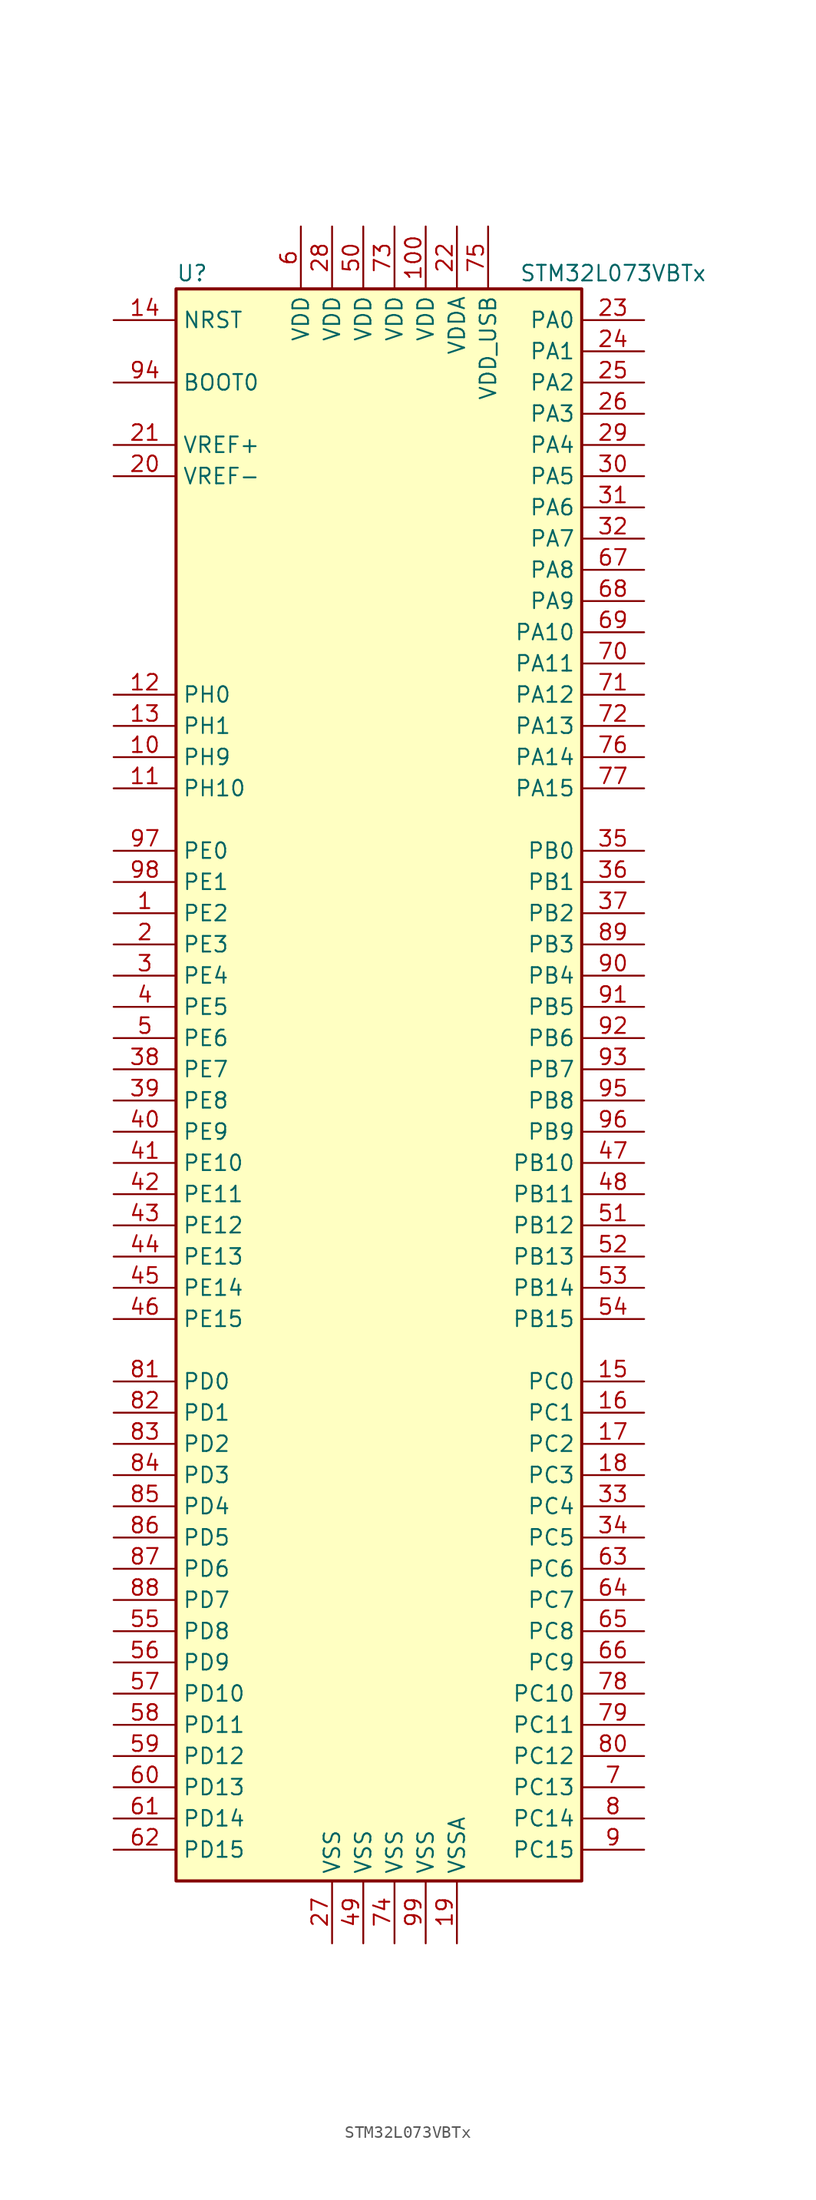
<source format=kicad_sym>
(kicad_symbol_lib
  (version 20201005)
  (generator kicad_symbol_editor)
  (symbol "MCU_ST_STM32L0:STM32L073VBTx"
    (property "Reference" "U"
      (at -17.78 64.77 0)
      (effects (font (size 1.27 1.27)) (justify left)))
    (property "Value" "STM32L073VBTx"
      (at 10.16 64.77 0)
      (effects (font (size 1.27 1.27)) (justify left)))
    (symbol "STM32L073VBTx_0_1"
      (rectangle (start -17.78 -66.04) (end 15.24 63.5) (stroke (width 0.254)) (fill (type background))))
    (symbol "STM32L073VBTx_1_1"
      (pin input line (at -22.86 55.88 0) (length 5.08) (name "BOOT0" (effects (font (size 1.27 1.27)))) (number "94" (effects (font (size 1.27 1.27)))))
      (pin input line (at -22.86 60.96 0) (length 5.08) (name "NRST" (effects (font (size 1.27 1.27)))) (number "14" (effects (font (size 1.27 1.27)))))
      (pin bidirectional line (at 20.32 60.96 180) (length 5.08) (name "PA0" (effects (font (size 1.27 1.27)))) (number "23" (effects (font (size 1.27 1.27)))))
      (pin bidirectional line (at 20.32 58.42 180) (length 5.08) (name "PA1" (effects (font (size 1.27 1.27)))) (number "24" (effects (font (size 1.27 1.27)))))
      (pin bidirectional line (at 20.32 35.56 180) (length 5.08) (name "PA10" (effects (font (size 1.27 1.27)))) (number "69" (effects (font (size 1.27 1.27)))))
      (pin bidirectional line (at 20.32 33.02 180) (length 5.08) (name "PA11" (effects (font (size 1.27 1.27)))) (number "70" (effects (font (size 1.27 1.27)))))
      (pin bidirectional line (at 20.32 30.48 180) (length 5.08) (name "PA12" (effects (font (size 1.27 1.27)))) (number "71" (effects (font (size 1.27 1.27)))))
      (pin bidirectional line (at 20.32 27.94 180) (length 5.08) (name "PA13" (effects (font (size 1.27 1.27)))) (number "72" (effects (font (size 1.27 1.27)))))
      (pin bidirectional line (at 20.32 25.4 180) (length 5.08) (name "PA14" (effects (font (size 1.27 1.27)))) (number "76" (effects (font (size 1.27 1.27)))))
      (pin bidirectional line (at 20.32 22.86 180) (length 5.08) (name "PA15" (effects (font (size 1.27 1.27)))) (number "77" (effects (font (size 1.27 1.27)))))
      (pin bidirectional line (at 20.32 55.88 180) (length 5.08) (name "PA2" (effects (font (size 1.27 1.27)))) (number "25" (effects (font (size 1.27 1.27)))))
      (pin bidirectional line (at 20.32 53.34 180) (length 5.08) (name "PA3" (effects (font (size 1.27 1.27)))) (number "26" (effects (font (size 1.27 1.27)))))
      (pin bidirectional line (at 20.32 50.8 180) (length 5.08) (name "PA4" (effects (font (size 1.27 1.27)))) (number "29" (effects (font (size 1.27 1.27)))))
      (pin bidirectional line (at 20.32 48.26 180) (length 5.08) (name "PA5" (effects (font (size 1.27 1.27)))) (number "30" (effects (font (size 1.27 1.27)))))
      (pin bidirectional line (at 20.32 45.72 180) (length 5.08) (name "PA6" (effects (font (size 1.27 1.27)))) (number "31" (effects (font (size 1.27 1.27)))))
      (pin bidirectional line (at 20.32 43.18 180) (length 5.08) (name "PA7" (effects (font (size 1.27 1.27)))) (number "32" (effects (font (size 1.27 1.27)))))
      (pin bidirectional line (at 20.32 40.64 180) (length 5.08) (name "PA8" (effects (font (size 1.27 1.27)))) (number "67" (effects (font (size 1.27 1.27)))))
      (pin bidirectional line (at 20.32 38.1 180) (length 5.08) (name "PA9" (effects (font (size 1.27 1.27)))) (number "68" (effects (font (size 1.27 1.27)))))
      (pin bidirectional line (at 20.32 17.78 180) (length 5.08) (name "PB0" (effects (font (size 1.27 1.27)))) (number "35" (effects (font (size 1.27 1.27)))))
      (pin bidirectional line (at 20.32 15.24 180) (length 5.08) (name "PB1" (effects (font (size 1.27 1.27)))) (number "36" (effects (font (size 1.27 1.27)))))
      (pin bidirectional line (at 20.32 -7.62 180) (length 5.08) (name "PB10" (effects (font (size 1.27 1.27)))) (number "47" (effects (font (size 1.27 1.27)))))
      (pin bidirectional line (at 20.32 -10.16 180) (length 5.08) (name "PB11" (effects (font (size 1.27 1.27)))) (number "48" (effects (font (size 1.27 1.27)))))
      (pin bidirectional line (at 20.32 -12.7 180) (length 5.08) (name "PB12" (effects (font (size 1.27 1.27)))) (number "51" (effects (font (size 1.27 1.27)))))
      (pin bidirectional line (at 20.32 -15.24 180) (length 5.08) (name "PB13" (effects (font (size 1.27 1.27)))) (number "52" (effects (font (size 1.27 1.27)))))
      (pin bidirectional line (at 20.32 -17.78 180) (length 5.08) (name "PB14" (effects (font (size 1.27 1.27)))) (number "53" (effects (font (size 1.27 1.27)))))
      (pin bidirectional line (at 20.32 -20.32 180) (length 5.08) (name "PB15" (effects (font (size 1.27 1.27)))) (number "54" (effects (font (size 1.27 1.27)))))
      (pin bidirectional line (at 20.32 12.7 180) (length 5.08) (name "PB2" (effects (font (size 1.27 1.27)))) (number "37" (effects (font (size 1.27 1.27)))))
      (pin bidirectional line (at 20.32 10.16 180) (length 5.08) (name "PB3" (effects (font (size 1.27 1.27)))) (number "89" (effects (font (size 1.27 1.27)))))
      (pin bidirectional line (at 20.32 7.62 180) (length 5.08) (name "PB4" (effects (font (size 1.27 1.27)))) (number "90" (effects (font (size 1.27 1.27)))))
      (pin bidirectional line (at 20.32 5.08 180) (length 5.08) (name "PB5" (effects (font (size 1.27 1.27)))) (number "91" (effects (font (size 1.27 1.27)))))
      (pin bidirectional line (at 20.32 2.54 180) (length 5.08) (name "PB6" (effects (font (size 1.27 1.27)))) (number "92" (effects (font (size 1.27 1.27)))))
      (pin bidirectional line (at 20.32 0 180) (length 5.08) (name "PB7" (effects (font (size 1.27 1.27)))) (number "93" (effects (font (size 1.27 1.27)))))
      (pin bidirectional line (at 20.32 -2.54 180) (length 5.08) (name "PB8" (effects (font (size 1.27 1.27)))) (number "95" (effects (font (size 1.27 1.27)))))
      (pin bidirectional line (at 20.32 -5.08 180) (length 5.08) (name "PB9" (effects (font (size 1.27 1.27)))) (number "96" (effects (font (size 1.27 1.27)))))
      (pin bidirectional line (at 20.32 -25.4 180) (length 5.08) (name "PC0" (effects (font (size 1.27 1.27)))) (number "15" (effects (font (size 1.27 1.27)))))
      (pin bidirectional line (at 20.32 -27.94 180) (length 5.08) (name "PC1" (effects (font (size 1.27 1.27)))) (number "16" (effects (font (size 1.27 1.27)))))
      (pin bidirectional line (at 20.32 -50.8 180) (length 5.08) (name "PC10" (effects (font (size 1.27 1.27)))) (number "78" (effects (font (size 1.27 1.27)))))
      (pin bidirectional line (at 20.32 -53.34 180) (length 5.08) (name "PC11" (effects (font (size 1.27 1.27)))) (number "79" (effects (font (size 1.27 1.27)))))
      (pin bidirectional line (at 20.32 -55.88 180) (length 5.08) (name "PC12" (effects (font (size 1.27 1.27)))) (number "80" (effects (font (size 1.27 1.27)))))
      (pin bidirectional line (at 20.32 -58.42 180) (length 5.08) (name "PC13" (effects (font (size 1.27 1.27)))) (number "7" (effects (font (size 1.27 1.27)))))
      (pin bidirectional line (at 20.32 -60.96 180) (length 5.08) (name "PC14" (effects (font (size 1.27 1.27)))) (number "8" (effects (font (size 1.27 1.27)))))
      (pin bidirectional line (at 20.32 -63.5 180) (length 5.08) (name "PC15" (effects (font (size 1.27 1.27)))) (number "9" (effects (font (size 1.27 1.27)))))
      (pin bidirectional line (at 20.32 -30.48 180) (length 5.08) (name "PC2" (effects (font (size 1.27 1.27)))) (number "17" (effects (font (size 1.27 1.27)))))
      (pin bidirectional line (at 20.32 -33.02 180) (length 5.08) (name "PC3" (effects (font (size 1.27 1.27)))) (number "18" (effects (font (size 1.27 1.27)))))
      (pin bidirectional line (at 20.32 -35.56 180) (length 5.08) (name "PC4" (effects (font (size 1.27 1.27)))) (number "33" (effects (font (size 1.27 1.27)))))
      (pin bidirectional line (at 20.32 -38.1 180) (length 5.08) (name "PC5" (effects (font (size 1.27 1.27)))) (number "34" (effects (font (size 1.27 1.27)))))
      (pin bidirectional line (at 20.32 -40.64 180) (length 5.08) (name "PC6" (effects (font (size 1.27 1.27)))) (number "63" (effects (font (size 1.27 1.27)))))
      (pin bidirectional line (at 20.32 -43.18 180) (length 5.08) (name "PC7" (effects (font (size 1.27 1.27)))) (number "64" (effects (font (size 1.27 1.27)))))
      (pin bidirectional line (at 20.32 -45.72 180) (length 5.08) (name "PC8" (effects (font (size 1.27 1.27)))) (number "65" (effects (font (size 1.27 1.27)))))
      (pin bidirectional line (at 20.32 -48.26 180) (length 5.08) (name "PC9" (effects (font (size 1.27 1.27)))) (number "66" (effects (font (size 1.27 1.27)))))
      (pin bidirectional line (at -22.86 -25.4 0) (length 5.08) (name "PD0" (effects (font (size 1.27 1.27)))) (number "81" (effects (font (size 1.27 1.27)))))
      (pin bidirectional line (at -22.86 -27.94 0) (length 5.08) (name "PD1" (effects (font (size 1.27 1.27)))) (number "82" (effects (font (size 1.27 1.27)))))
      (pin bidirectional line (at -22.86 -50.8 0) (length 5.08) (name "PD10" (effects (font (size 1.27 1.27)))) (number "57" (effects (font (size 1.27 1.27)))))
      (pin bidirectional line (at -22.86 -53.34 0) (length 5.08) (name "PD11" (effects (font (size 1.27 1.27)))) (number "58" (effects (font (size 1.27 1.27)))))
      (pin bidirectional line (at -22.86 -55.88 0) (length 5.08) (name "PD12" (effects (font (size 1.27 1.27)))) (number "59" (effects (font (size 1.27 1.27)))))
      (pin bidirectional line (at -22.86 -58.42 0) (length 5.08) (name "PD13" (effects (font (size 1.27 1.27)))) (number "60" (effects (font (size 1.27 1.27)))))
      (pin bidirectional line (at -22.86 -60.96 0) (length 5.08) (name "PD14" (effects (font (size 1.27 1.27)))) (number "61" (effects (font (size 1.27 1.27)))))
      (pin bidirectional line (at -22.86 -63.5 0) (length 5.08) (name "PD15" (effects (font (size 1.27 1.27)))) (number "62" (effects (font (size 1.27 1.27)))))
      (pin bidirectional line (at -22.86 -30.48 0) (length 5.08) (name "PD2" (effects (font (size 1.27 1.27)))) (number "83" (effects (font (size 1.27 1.27)))))
      (pin bidirectional line (at -22.86 -33.02 0) (length 5.08) (name "PD3" (effects (font (size 1.27 1.27)))) (number "84" (effects (font (size 1.27 1.27)))))
      (pin bidirectional line (at -22.86 -35.56 0) (length 5.08) (name "PD4" (effects (font (size 1.27 1.27)))) (number "85" (effects (font (size 1.27 1.27)))))
      (pin bidirectional line (at -22.86 -38.1 0) (length 5.08) (name "PD5" (effects (font (size 1.27 1.27)))) (number "86" (effects (font (size 1.27 1.27)))))
      (pin bidirectional line (at -22.86 -40.64 0) (length 5.08) (name "PD6" (effects (font (size 1.27 1.27)))) (number "87" (effects (font (size 1.27 1.27)))))
      (pin bidirectional line (at -22.86 -43.18 0) (length 5.08) (name "PD7" (effects (font (size 1.27 1.27)))) (number "88" (effects (font (size 1.27 1.27)))))
      (pin bidirectional line (at -22.86 -45.72 0) (length 5.08) (name "PD8" (effects (font (size 1.27 1.27)))) (number "55" (effects (font (size 1.27 1.27)))))
      (pin bidirectional line (at -22.86 -48.26 0) (length 5.08) (name "PD9" (effects (font (size 1.27 1.27)))) (number "56" (effects (font (size 1.27 1.27)))))
      (pin bidirectional line (at -22.86 17.78 0) (length 5.08) (name "PE0" (effects (font (size 1.27 1.27)))) (number "97" (effects (font (size 1.27 1.27)))))
      (pin bidirectional line (at -22.86 15.24 0) (length 5.08) (name "PE1" (effects (font (size 1.27 1.27)))) (number "98" (effects (font (size 1.27 1.27)))))
      (pin bidirectional line (at -22.86 -7.62 0) (length 5.08) (name "PE10" (effects (font (size 1.27 1.27)))) (number "41" (effects (font (size 1.27 1.27)))))
      (pin bidirectional line (at -22.86 -10.16 0) (length 5.08) (name "PE11" (effects (font (size 1.27 1.27)))) (number "42" (effects (font (size 1.27 1.27)))))
      (pin bidirectional line (at -22.86 -12.7 0) (length 5.08) (name "PE12" (effects (font (size 1.27 1.27)))) (number "43" (effects (font (size 1.27 1.27)))))
      (pin bidirectional line (at -22.86 -15.24 0) (length 5.08) (name "PE13" (effects (font (size 1.27 1.27)))) (number "44" (effects (font (size 1.27 1.27)))))
      (pin bidirectional line (at -22.86 -17.78 0) (length 5.08) (name "PE14" (effects (font (size 1.27 1.27)))) (number "45" (effects (font (size 1.27 1.27)))))
      (pin bidirectional line (at -22.86 -20.32 0) (length 5.08) (name "PE15" (effects (font (size 1.27 1.27)))) (number "46" (effects (font (size 1.27 1.27)))))
      (pin bidirectional line (at -22.86 12.7 0) (length 5.08) (name "PE2" (effects (font (size 1.27 1.27)))) (number "1" (effects (font (size 1.27 1.27)))))
      (pin bidirectional line (at -22.86 10.16 0) (length 5.08) (name "PE3" (effects (font (size 1.27 1.27)))) (number "2" (effects (font (size 1.27 1.27)))))
      (pin bidirectional line (at -22.86 7.62 0) (length 5.08) (name "PE4" (effects (font (size 1.27 1.27)))) (number "3" (effects (font (size 1.27 1.27)))))
      (pin bidirectional line (at -22.86 5.08 0) (length 5.08) (name "PE5" (effects (font (size 1.27 1.27)))) (number "4" (effects (font (size 1.27 1.27)))))
      (pin bidirectional line (at -22.86 2.54 0) (length 5.08) (name "PE6" (effects (font (size 1.27 1.27)))) (number "5" (effects (font (size 1.27 1.27)))))
      (pin bidirectional line (at -22.86 0 0) (length 5.08) (name "PE7" (effects (font (size 1.27 1.27)))) (number "38" (effects (font (size 1.27 1.27)))))
      (pin bidirectional line (at -22.86 -2.54 0) (length 5.08) (name "PE8" (effects (font (size 1.27 1.27)))) (number "39" (effects (font (size 1.27 1.27)))))
      (pin bidirectional line (at -22.86 -5.08 0) (length 5.08) (name "PE9" (effects (font (size 1.27 1.27)))) (number "40" (effects (font (size 1.27 1.27)))))
      (pin input line (at -22.86 30.48 0) (length 5.08) (name "PH0" (effects (font (size 1.27 1.27)))) (number "12" (effects (font (size 1.27 1.27)))))
      (pin input line (at -22.86 27.94 0) (length 5.08) (name "PH1" (effects (font (size 1.27 1.27)))) (number "13" (effects (font (size 1.27 1.27)))))
      (pin bidirectional line (at -22.86 22.86 0) (length 5.08) (name "PH10" (effects (font (size 1.27 1.27)))) (number "11" (effects (font (size 1.27 1.27)))))
      (pin bidirectional line (at -22.86 25.4 0) (length 5.08) (name "PH9" (effects (font (size 1.27 1.27)))) (number "10" (effects (font (size 1.27 1.27)))))
      (pin power_in line (at 2.54 68.58 270) (length 5.08) (name "VDD" (effects (font (size 1.27 1.27)))) (number "100" (effects (font (size 1.27 1.27)))))
      (pin power_in line (at -5.08 68.58 270) (length 5.08) (name "VDD" (effects (font (size 1.27 1.27)))) (number "28" (effects (font (size 1.27 1.27)))))
      (pin power_in line (at -2.54 68.58 270) (length 5.08) (name "VDD" (effects (font (size 1.27 1.27)))) (number "50" (effects (font (size 1.27 1.27)))))
      (pin power_in line (at -7.62 68.58 270) (length 5.08) (name "VDD" (effects (font (size 1.27 1.27)))) (number "6" (effects (font (size 1.27 1.27)))))
      (pin power_in line (at 0 68.58 270) (length 5.08) (name "VDD" (effects (font (size 1.27 1.27)))) (number "73" (effects (font (size 1.27 1.27)))))
      (pin power_in line (at 5.08 68.58 270) (length 5.08) (name "VDDA" (effects (font (size 1.27 1.27)))) (number "22" (effects (font (size 1.27 1.27)))))
      (pin power_in line (at 7.62 68.58 270) (length 5.08) (name "VDD_USB" (effects (font (size 1.27 1.27)))) (number "75" (effects (font (size 1.27 1.27)))))
      (pin power_in line (at -22.86 50.8 0) (length 5.08) (name "VREF+" (effects (font (size 1.27 1.27)))) (number "21" (effects (font (size 1.27 1.27)))))
      (pin power_in line (at -22.86 48.26 0) (length 5.08) (name "VREF-" (effects (font (size 1.27 1.27)))) (number "20" (effects (font (size 1.27 1.27)))))
      (pin power_in line (at -5.08 -71.12 90) (length 5.08) (name "VSS" (effects (font (size 1.27 1.27)))) (number "27" (effects (font (size 1.27 1.27)))))
      (pin power_in line (at -2.54 -71.12 90) (length 5.08) (name "VSS" (effects (font (size 1.27 1.27)))) (number "49" (effects (font (size 1.27 1.27)))))
      (pin power_in line (at 0 -71.12 90) (length 5.08) (name "VSS" (effects (font (size 1.27 1.27)))) (number "74" (effects (font (size 1.27 1.27)))))
      (pin power_in line (at 2.54 -71.12 90) (length 5.08) (name "VSS" (effects (font (size 1.27 1.27)))) (number "99" (effects (font (size 1.27 1.27)))))
      (pin power_in line (at 5.08 -71.12 90) (length 5.08) (name "VSSA" (effects (font (size 1.27 1.27)))) (number "19" (effects (font (size 1.27 1.27))))))))
</source>
